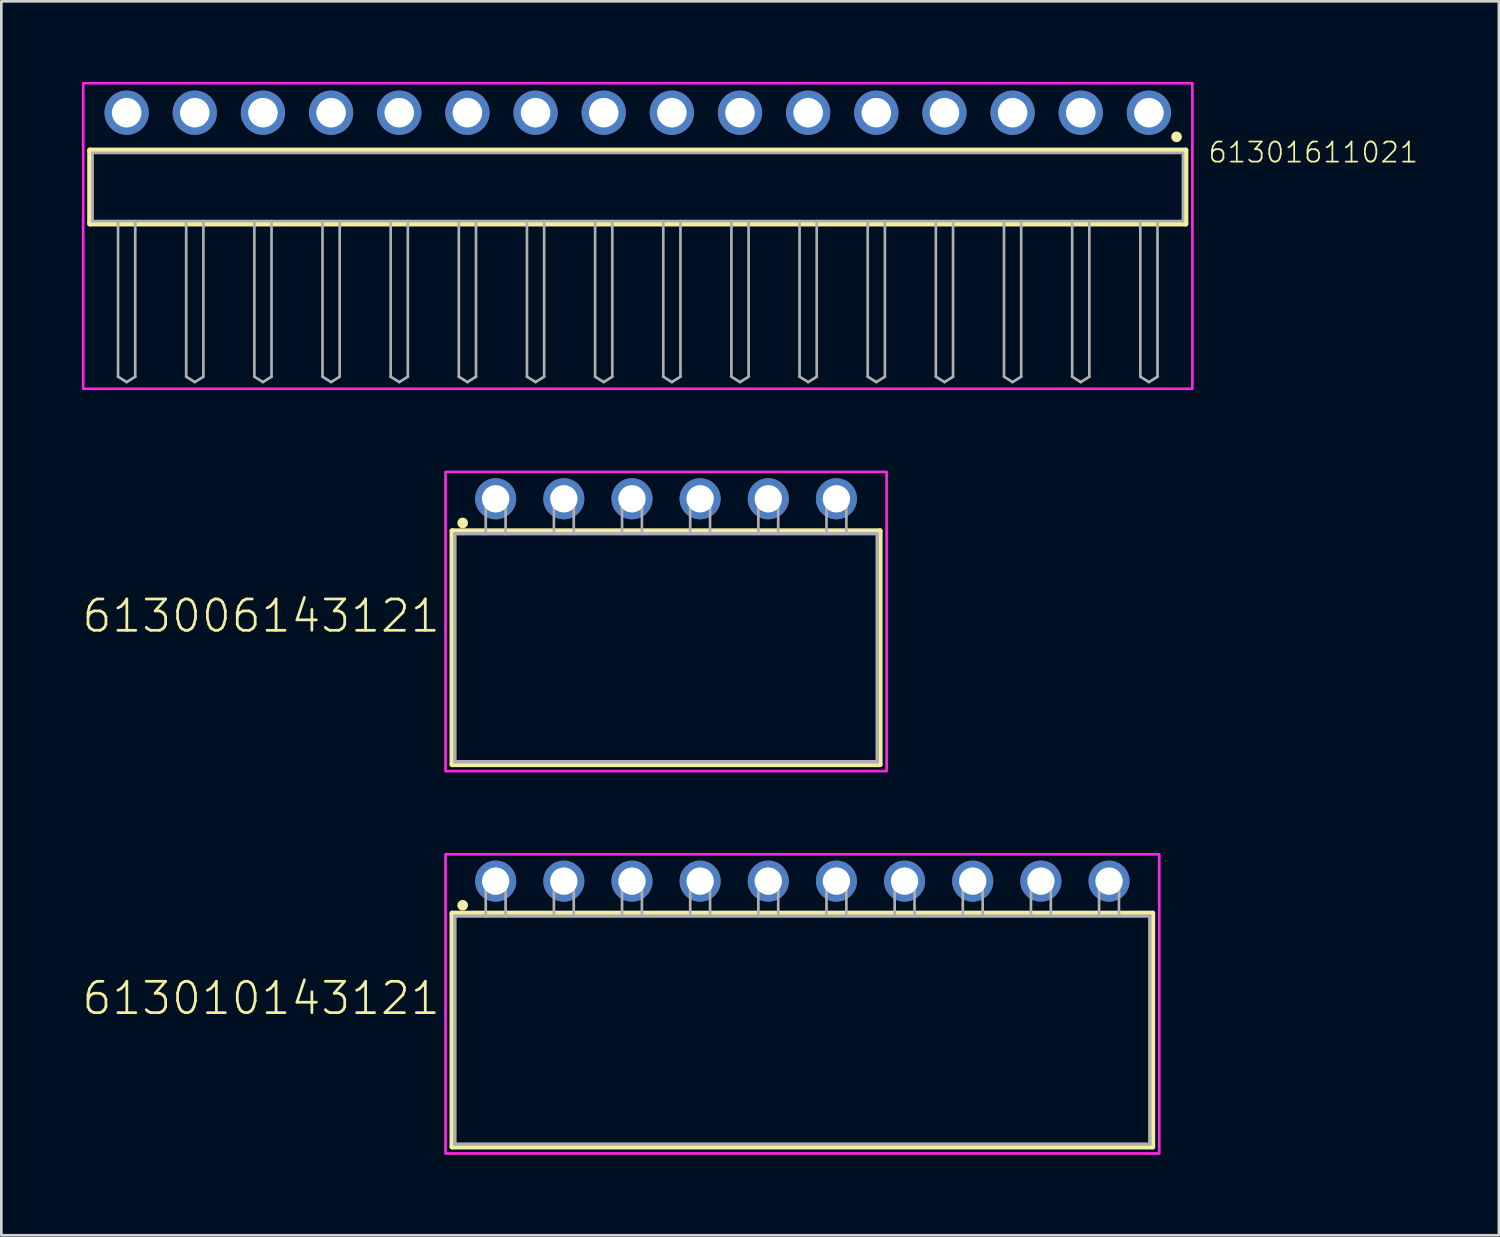
<source format=kicad_pcb>
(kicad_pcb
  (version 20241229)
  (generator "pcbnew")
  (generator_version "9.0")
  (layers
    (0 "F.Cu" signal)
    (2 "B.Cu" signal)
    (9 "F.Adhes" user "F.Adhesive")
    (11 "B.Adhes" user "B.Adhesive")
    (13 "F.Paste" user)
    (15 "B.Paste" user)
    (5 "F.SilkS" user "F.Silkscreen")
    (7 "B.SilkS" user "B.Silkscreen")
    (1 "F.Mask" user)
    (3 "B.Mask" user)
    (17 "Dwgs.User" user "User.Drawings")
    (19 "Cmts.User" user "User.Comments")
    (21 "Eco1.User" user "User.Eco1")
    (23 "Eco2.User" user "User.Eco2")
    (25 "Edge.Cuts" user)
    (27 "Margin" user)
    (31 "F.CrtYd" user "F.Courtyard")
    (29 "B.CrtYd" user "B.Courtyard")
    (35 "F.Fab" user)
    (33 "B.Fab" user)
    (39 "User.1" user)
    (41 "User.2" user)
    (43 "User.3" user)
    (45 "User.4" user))
  (footprint "613010143121"
    (layer "F.Cu")
    (at 26.854 35.34)
    (property "Reference" "613010143121" (at -13.43 -0.5 0) (unlocked yes) (layer "F.SilkS") (effects (font (size 1.168 1.168) (thickness 0.102)) (justify right bottom)))
    (fp_line (start -13.05 -4.35) (end 13.05 -4.35) (stroke (width 0.2) (type solid)) (layer "F.SilkS"))
    (fp_line (start -13.05 4.35) (end -13.05 -4.35) (stroke (width 0.2) (type solid)) (layer "F.SilkS"))
    (fp_line (start 13.05 -4.35) (end 13.05 4.35) (stroke (width 0.2) (type solid)) (layer "F.SilkS"))
    (fp_line (start 13.05 4.35) (end -13.05 4.35) (stroke (width 0.2) (type solid)) (layer "F.SilkS"))
    (fp_circle (center -12.66 -4.65) (end -12.56 -4.65) (stroke (width 0.2) (type solid)) (fill no) (layer "F.SilkS"))
    (fp_poly (pts (xy 13.3 4.6) (xy -13.3 4.6) (xy -13.3 -6.55) (xy 13.3 -6.55)) (stroke (width 0.1) (type default)) (fill no) (layer "F.CrtYd"))
    (fp_line (start -12.95 4.25) (end -12.95 -4.25) (stroke (width 0.127) (type solid)) (layer "F.Fab"))
    (fp_line (start -11.8 -5.35) (end -11.8 -4.25) (stroke (width 0.1) (type solid)) (layer "F.Fab"))
    (fp_line (start -11.8 -5.35) (end -11.06 -5.35) (stroke (width 0.1) (type solid)) (layer "F.Fab"))
    (fp_line (start -11.8 -4.25) (end -12.95 -4.25) (stroke (width 0.127) (type solid)) (layer "F.Fab"))
    (fp_line (start -11.06 -5.35) (end -11.06 -4.25) (stroke (width 0.1) (type solid)) (layer "F.Fab"))
    (fp_line (start -11.06 -4.25) (end -11.8 -4.25) (stroke (width 0.127) (type solid)) (layer "F.Fab"))
    (fp_line (start -9.26 -5.35) (end -9.26 -4.25) (stroke (width 0.1) (type solid)) (layer "F.Fab"))
    (fp_line (start -9.26 -5.35) (end -8.52 -5.35) (stroke (width 0.1) (type solid)) (layer "F.Fab"))
    (fp_line (start -8.52 -5.35) (end -8.52 -4.25) (stroke (width 0.1) (type solid)) (layer "F.Fab"))
    (fp_line (start -6.72 -5.35) (end -6.72 -4.25) (stroke (width 0.1) (type solid)) (layer "F.Fab"))
    (fp_line (start -6.72 -5.35) (end -5.98 -5.35) (stroke (width 0.1) (type solid)) (layer "F.Fab"))
    (fp_line (start -5.98 -5.35) (end -5.98 -4.25) (stroke (width 0.1) (type solid)) (layer "F.Fab"))
    (fp_line (start -4.18 -5.35) (end -4.18 -4.25) (stroke (width 0.1) (type solid)) (layer "F.Fab"))
    (fp_line (start -4.18 -5.35) (end -3.44 -5.35) (stroke (width 0.1) (type solid)) (layer "F.Fab"))
    (fp_line (start -3.44 -5.35) (end -3.44 -4.25) (stroke (width 0.1) (type solid)) (layer "F.Fab"))
    (fp_line (start -1.64 -5.35) (end -1.64 -4.25) (stroke (width 0.1) (type solid)) (layer "F.Fab"))
    (fp_line (start -1.64 -5.35) (end -0.9 -5.35) (stroke (width 0.1) (type solid)) (layer "F.Fab"))
    (fp_line (start -0.9 -5.35) (end -0.9 -4.25) (stroke (width 0.1) (type solid)) (layer "F.Fab"))
    (fp_line (start 0.9 -5.35) (end 0.9 -4.25) (stroke (width 0.1) (type solid)) (layer "F.Fab"))
    (fp_line (start 0.9 -5.35) (end 1.64 -5.35) (stroke (width 0.1) (type solid)) (layer "F.Fab"))
    (fp_line (start 1.64 -5.35) (end 1.64 -4.25) (stroke (width 0.1) (type solid)) (layer "F.Fab"))
    (fp_line (start 3.44 -5.35) (end 3.44 -4.25) (stroke (width 0.1) (type solid)) (layer "F.Fab"))
    (fp_line (start 3.44 -5.35) (end 4.18 -5.35) (stroke (width 0.1) (type solid)) (layer "F.Fab"))
    (fp_line (start 4.18 -5.35) (end 4.18 -4.25) (stroke (width 0.1) (type solid)) (layer "F.Fab"))
    (fp_line (start 5.98 -5.35) (end 5.98 -4.25) (stroke (width 0.1) (type solid)) (layer "F.Fab"))
    (fp_line (start 5.98 -5.35) (end 6.72 -5.35) (stroke (width 0.1) (type solid)) (layer "F.Fab"))
    (fp_line (start 6.72 -5.35) (end 6.72 -4.25) (stroke (width 0.1) (type solid)) (layer "F.Fab"))
    (fp_line (start 8.52 -5.35) (end 8.52 -4.25) (stroke (width 0.1) (type solid)) (layer "F.Fab"))
    (fp_line (start 8.52 -5.35) (end 9.26 -5.35) (stroke (width 0.1) (type solid)) (layer "F.Fab"))
    (fp_line (start 9.26 -5.35) (end 9.26 -4.25) (stroke (width 0.1) (type solid)) (layer "F.Fab"))
    (fp_line (start 11.06 -5.35) (end 11.06 -4.25) (stroke (width 0.1) (type solid)) (layer "F.Fab"))
    (fp_line (start 11.06 -5.35) (end 11.8 -5.35) (stroke (width 0.1) (type solid)) (layer "F.Fab"))
    (fp_line (start 11.8 -5.35) (end 11.8 -4.25) (stroke (width 0.1) (type solid)) (layer "F.Fab"))
    (fp_line (start 12.95 -4.25) (end -11.06 -4.25) (stroke (width 0.127) (type solid)) (layer "F.Fab"))
    (fp_line (start 12.95 4.25) (end -12.95 4.25) (stroke (width 0.127) (type solid)) (layer "F.Fab"))
    (fp_line (start 12.95 4.25) (end 12.95 -4.25) (stroke (width 0.127) (type solid)) (layer "F.Fab"))
    (pad "1" thru_hole circle (at -11.43 -5.55 180) (size 1.53 1.53) (drill 1.02) (layers "*.Cu" "*.Mask"))
    (pad "2" thru_hole circle (at -8.89 -5.55 180) (size 1.53 1.53) (drill 1.02) (layers "*.Cu" "*.Mask"))
    (pad "3" thru_hole circle (at -6.35 -5.55 180) (size 1.53 1.53) (drill 1.02) (layers "*.Cu" "*.Mask"))
    (pad "4" thru_hole circle (at -3.81 -5.55 180) (size 1.53 1.53) (drill 1.02) (layers "*.Cu" "*.Mask"))
    (pad "5" thru_hole circle (at -1.27 -5.55 180) (size 1.53 1.53) (drill 1.02) (layers "*.Cu" "*.Mask"))
    (pad "6" thru_hole circle (at 1.27 -5.55 180) (size 1.53 1.53) (drill 1.02) (layers "*.Cu" "*.Mask"))
    (pad "7" thru_hole circle (at 3.81 -5.55 180) (size 1.53 1.53) (drill 1.02) (layers "*.Cu" "*.Mask"))
    (pad "8" thru_hole circle (at 6.35 -5.55 180) (size 1.53 1.53) (drill 1.02) (layers "*.Cu" "*.Mask"))
    (pad "9" thru_hole circle (at 8.89 -5.55 180) (size 1.53 1.53) (drill 1.02) (layers "*.Cu" "*.Mask"))
    (pad "10" thru_hole circle (at 11.43 -5.55 180) (size 1.53 1.53) (drill 1.02) (layers "*.Cu" "*.Mask")))
  (footprint "61301611021"
    (layer "F.Cu")
    (at 20.72 3.92)
    (property "Reference" "61301611021" (at 21.215 -0.852 0) (unlocked yes) (layer "F.SilkS") (effects (font (size 0.748 0.748) (thickness 0.065)) (justify left bottom)))
    (fp_line (start -20.42 -1.37) (end 20.42 -1.37) (stroke (width 0.2) (type solid)) (layer "F.SilkS"))
    (fp_line (start -20.42 1.37) (end -20.42 -1.37) (stroke (width 0.2) (type solid)) (layer "F.SilkS"))
    (fp_line (start 20.42 -1.37) (end 20.42 1.37) (stroke (width 0.2) (type solid)) (layer "F.SilkS"))
    (fp_line (start 20.42 1.37) (end -20.42 1.37) (stroke (width 0.2) (type solid)) (layer "F.SilkS"))
    (fp_circle (center 20.08 -1.87) (end 20.18 -1.87) (stroke (width 0.2) (type solid)) (fill no) (layer "F.SilkS"))
    (fp_poly (pts (xy 20.67 7.52) (xy -20.67 7.52) (xy -20.67 -3.87) (xy 20.67 -3.87)) (stroke (width 0.1) (type default)) (fill no) (layer "F.CrtYd"))
    (fp_line (start -20.32 -1.27) (end 20.32 -1.27) (stroke (width 0.1) (type solid)) (layer "F.Fab"))
    (fp_line (start -20.32 1.27) (end -20.32 -1.27) (stroke (width 0.1) (type solid)) (layer "F.Fab"))
    (fp_line (start -19.37 1.27) (end -19.37 7.07) (stroke (width 0.1) (type solid)) (layer "F.Fab"))
    (fp_line (start -19.37 7.07) (end -19.05 7.27) (stroke (width 0.1) (type solid)) (layer "F.Fab"))
    (fp_line (start -19.05 7.27) (end -18.73 7.07) (stroke (width 0.1) (type solid)) (layer "F.Fab"))
    (fp_line (start -18.73 1.27) (end -18.73 7.07) (stroke (width 0.1) (type solid)) (layer "F.Fab"))
    (fp_line (start -16.83 1.27) (end -16.83 7.07) (stroke (width 0.1) (type solid)) (layer "F.Fab"))
    (fp_line (start -16.83 7.07) (end -16.51 7.27) (stroke (width 0.1) (type solid)) (layer "F.Fab"))
    (fp_line (start -16.51 7.27) (end -16.19 7.07) (stroke (width 0.1) (type solid)) (layer "F.Fab"))
    (fp_line (start -16.19 1.27) (end -16.19 7.07) (stroke (width 0.1) (type solid)) (layer "F.Fab"))
    (fp_line (start -14.29 1.27) (end -14.29 7.07) (stroke (width 0.1) (type solid)) (layer "F.Fab"))
    (fp_line (start -14.29 7.07) (end -13.97 7.27) (stroke (width 0.1) (type solid)) (layer "F.Fab"))
    (fp_line (start -13.97 7.27) (end -13.65 7.07) (stroke (width 0.1) (type solid)) (layer "F.Fab"))
    (fp_line (start -13.65 1.27) (end -13.65 7.07) (stroke (width 0.1) (type solid)) (layer "F.Fab"))
    (fp_line (start -11.75 1.27) (end -11.75 7.07) (stroke (width 0.1) (type solid)) (layer "F.Fab"))
    (fp_line (start -11.75 7.07) (end -11.43 7.27) (stroke (width 0.1) (type solid)) (layer "F.Fab"))
    (fp_line (start -11.43 7.27) (end -11.11 7.07) (stroke (width 0.1) (type solid)) (layer "F.Fab"))
    (fp_line (start -11.11 1.27) (end -11.11 7.07) (stroke (width 0.1) (type solid)) (layer "F.Fab"))
    (fp_line (start -9.21 1.27) (end -9.21 7.07) (stroke (width 0.1) (type solid)) (layer "F.Fab"))
    (fp_line (start -9.21 7.07) (end -8.89 7.27) (stroke (width 0.1) (type solid)) (layer "F.Fab"))
    (fp_line (start -8.89 7.27) (end -8.57 7.07) (stroke (width 0.1) (type solid)) (layer "F.Fab"))
    (fp_line (start -8.57 1.27) (end -8.57 7.07) (stroke (width 0.1) (type solid)) (layer "F.Fab"))
    (fp_line (start -6.67 1.27) (end -6.67 7.07) (stroke (width 0.1) (type solid)) (layer "F.Fab"))
    (fp_line (start -6.67 7.07) (end -6.35 7.27) (stroke (width 0.1) (type solid)) (layer "F.Fab"))
    (fp_line (start -6.35 7.27) (end -6.03 7.07) (stroke (width 0.1) (type solid)) (layer "F.Fab"))
    (fp_line (start -6.03 1.27) (end -6.03 7.07) (stroke (width 0.1) (type solid)) (layer "F.Fab"))
    (fp_line (start -4.13 1.27) (end -4.13 7.07) (stroke (width 0.1) (type solid)) (layer "F.Fab"))
    (fp_line (start -4.13 7.07) (end -3.81 7.27) (stroke (width 0.1) (type solid)) (layer "F.Fab"))
    (fp_line (start -3.81 7.27) (end -3.49 7.07) (stroke (width 0.1) (type solid)) (layer "F.Fab"))
    (fp_line (start -3.49 1.27) (end -3.49 7.07) (stroke (width 0.1) (type solid)) (layer "F.Fab"))
    (fp_line (start -1.59 1.27) (end -1.59 7.07) (stroke (width 0.1) (type solid)) (layer "F.Fab"))
    (fp_line (start -1.59 7.07) (end -1.27 7.27) (stroke (width 0.1) (type solid)) (layer "F.Fab"))
    (fp_line (start -1.27 7.27) (end -0.95 7.07) (stroke (width 0.1) (type solid)) (layer "F.Fab"))
    (fp_line (start -0.95 1.27) (end -0.95 7.07) (stroke (width 0.1) (type solid)) (layer "F.Fab"))
    (fp_line (start 0.95 1.27) (end 0.95 7.07) (stroke (width 0.1) (type solid)) (layer "F.Fab"))
    (fp_line (start 0.95 7.07) (end 1.27 7.27) (stroke (width 0.1) (type solid)) (layer "F.Fab"))
    (fp_line (start 1.27 7.27) (end 1.59 7.07) (stroke (width 0.1) (type solid)) (layer "F.Fab"))
    (fp_line (start 1.59 1.27) (end 1.59 7.07) (stroke (width 0.1) (type solid)) (layer "F.Fab"))
    (fp_line (start 3.49 1.27) (end 3.49 7.07) (stroke (width 0.1) (type solid)) (layer "F.Fab"))
    (fp_line (start 3.49 7.07) (end 3.81 7.27) (stroke (width 0.1) (type solid)) (layer "F.Fab"))
    (fp_line (start 3.81 7.27) (end 4.13 7.07) (stroke (width 0.1) (type solid)) (layer "F.Fab"))
    (fp_line (start 4.13 1.27) (end 4.13 7.07) (stroke (width 0.1) (type solid)) (layer "F.Fab"))
    (fp_line (start 6.03 1.27) (end 6.03 7.07) (stroke (width 0.1) (type solid)) (layer "F.Fab"))
    (fp_line (start 6.03 7.07) (end 6.35 7.27) (stroke (width 0.1) (type solid)) (layer "F.Fab"))
    (fp_line (start 6.35 7.27) (end 6.67 7.07) (stroke (width 0.1) (type solid)) (layer "F.Fab"))
    (fp_line (start 6.67 1.27) (end 6.67 7.07) (stroke (width 0.1) (type solid)) (layer "F.Fab"))
    (fp_line (start 8.57 1.27) (end 8.57 7.07) (stroke (width 0.1) (type solid)) (layer "F.Fab"))
    (fp_line (start 8.57 7.07) (end 8.89 7.27) (stroke (width 0.1) (type solid)) (layer "F.Fab"))
    (fp_line (start 8.89 7.27) (end 9.21 7.07) (stroke (width 0.1) (type solid)) (layer "F.Fab"))
    (fp_line (start 9.21 1.27) (end 9.21 7.07) (stroke (width 0.1) (type solid)) (layer "F.Fab"))
    (fp_line (start 11.11 1.27) (end 11.11 7.07) (stroke (width 0.1) (type solid)) (layer "F.Fab"))
    (fp_line (start 11.11 7.07) (end 11.43 7.27) (stroke (width 0.1) (type solid)) (layer "F.Fab"))
    (fp_line (start 11.43 7.27) (end 11.75 7.07) (stroke (width 0.1) (type solid)) (layer "F.Fab"))
    (fp_line (start 11.75 1.27) (end 11.75 7.07) (stroke (width 0.1) (type solid)) (layer "F.Fab"))
    (fp_line (start 13.65 1.27) (end 13.65 7.07) (stroke (width 0.1) (type solid)) (layer "F.Fab"))
    (fp_line (start 13.65 7.07) (end 13.97 7.27) (stroke (width 0.1) (type solid)) (layer "F.Fab"))
    (fp_line (start 13.97 7.27) (end 14.29 7.07) (stroke (width 0.1) (type solid)) (layer "F.Fab"))
    (fp_line (start 14.29 1.27) (end 14.29 7.07) (stroke (width 0.1) (type solid)) (layer "F.Fab"))
    (fp_line (start 16.19 1.27) (end -20.32 1.27) (stroke (width 0.1) (type solid)) (layer "F.Fab"))
    (fp_line (start 16.19 1.27) (end 16.19 7.07) (stroke (width 0.1) (type solid)) (layer "F.Fab"))
    (fp_line (start 16.19 7.07) (end 16.51 7.27) (stroke (width 0.1) (type solid)) (layer "F.Fab"))
    (fp_line (start 16.51 7.27) (end 16.83 7.07) (stroke (width 0.1) (type solid)) (layer "F.Fab"))
    (fp_line (start 16.83 1.27) (end 16.19 1.27) (stroke (width 0.1) (type solid)) (layer "F.Fab"))
    (fp_line (start 16.83 1.27) (end 16.83 7.07) (stroke (width 0.1) (type solid)) (layer "F.Fab"))
    (fp_line (start 18.73 1.27) (end 18.73 7.07) (stroke (width 0.1) (type solid)) (layer "F.Fab"))
    (fp_line (start 18.73 7.07) (end 19.05 7.27) (stroke (width 0.1) (type solid)) (layer "F.Fab"))
    (fp_line (start 19.05 7.27) (end 19.37 7.07) (stroke (width 0.1) (type solid)) (layer "F.Fab"))
    (fp_line (start 19.37 1.27) (end 19.37 7.07) (stroke (width 0.1) (type solid)) (layer "F.Fab"))
    (fp_line (start 20.32 -1.27) (end 20.32 1.27) (stroke (width 0.1) (type solid)) (layer "F.Fab"))
    (fp_line (start 20.32 1.27) (end 16.83 1.27) (stroke (width 0.1) (type solid)) (layer "F.Fab"))
    (pad "1" thru_hole circle (at 19.05 -2.77 180) (size 1.65 1.65) (drill 1.1) (layers "*.Cu" "*.Mask"))
    (pad "2" thru_hole circle (at 16.51 -2.77 180) (size 1.65 1.65) (drill 1.1) (layers "*.Cu" "*.Mask"))
    (pad "3" thru_hole circle (at 13.97 -2.77 180) (size 1.65 1.65) (drill 1.1) (layers "*.Cu" "*.Mask"))
    (pad "4" thru_hole circle (at 11.43 -2.77 180) (size 1.65 1.65) (drill 1.1) (layers "*.Cu" "*.Mask"))
    (pad "5" thru_hole circle (at 8.89 -2.77 180) (size 1.65 1.65) (drill 1.1) (layers "*.Cu" "*.Mask"))
    (pad "6" thru_hole circle (at 6.35 -2.77 180) (size 1.65 1.65) (drill 1.1) (layers "*.Cu" "*.Mask"))
    (pad "7" thru_hole circle (at 3.81 -2.77 180) (size 1.65 1.65) (drill 1.1) (layers "*.Cu" "*.Mask"))
    (pad "8" thru_hole circle (at 1.27 -2.77 180) (size 1.65 1.65) (drill 1.1) (layers "*.Cu" "*.Mask"))
    (pad "9" thru_hole circle (at -1.27 -2.77 180) (size 1.65 1.65) (drill 1.1) (layers "*.Cu" "*.Mask"))
    (pad "10" thru_hole circle (at -3.81 -2.77 180) (size 1.65 1.65) (drill 1.1) (layers "*.Cu" "*.Mask"))
    (pad "11" thru_hole circle (at -6.35 -2.77 180) (size 1.65 1.65) (drill 1.1) (layers "*.Cu" "*.Mask"))
    (pad "12" thru_hole circle (at -8.89 -2.77 180) (size 1.65 1.65) (drill 1.1) (layers "*.Cu" "*.Mask"))
    (pad "13" thru_hole circle (at -11.43 -2.77 180) (size 1.65 1.65) (drill 1.1) (layers "*.Cu" "*.Mask"))
    (pad "14" thru_hole circle (at -13.97 -2.77 180) (size 1.65 1.65) (drill 1.1) (layers "*.Cu" "*.Mask"))
    (pad "15" thru_hole circle (at -16.51 -2.77 180) (size 1.65 1.65) (drill 1.1) (layers "*.Cu" "*.Mask"))
    (pad "16" thru_hole circle (at -19.05 -2.77 180) (size 1.65 1.65) (drill 1.1) (layers "*.Cu" "*.Mask")))
  (footprint "613006143121"
    (layer "F.Cu")
    (at 21.774 21.09)
    (property "Reference" "613006143121" (at -8.35 -0.5 0) (unlocked yes) (layer "F.SilkS") (effects (font (size 1.168 1.168) (thickness 0.102)) (justify right bottom)))
    (fp_line (start -7.97 -4.35) (end 7.97 -4.35) (stroke (width 0.2) (type solid)) (layer "F.SilkS"))
    (fp_line (start -7.97 4.35) (end -7.97 -4.35) (stroke (width 0.2) (type solid)) (layer "F.SilkS"))
    (fp_line (start 7.97 -4.35) (end 7.97 4.35) (stroke (width 0.2) (type solid)) (layer "F.SilkS"))
    (fp_line (start 7.97 4.35) (end -7.97 4.35) (stroke (width 0.2) (type solid)) (layer "F.SilkS"))
    (fp_circle (center -7.58 -4.65) (end -7.48 -4.65) (stroke (width 0.2) (type solid)) (fill no) (layer "F.SilkS"))
    (fp_poly (pts (xy 8.22 4.6) (xy -8.22 4.6) (xy -8.22 -6.55) (xy 8.22 -6.55)) (stroke (width 0.1) (type default)) (fill no) (layer "F.CrtYd"))
    (fp_line (start -7.87 4.25) (end -7.87 -4.25) (stroke (width 0.127) (type solid)) (layer "F.Fab"))
    (fp_line (start -6.72 -5.35) (end -6.72 -4.25) (stroke (width 0.1) (type solid)) (layer "F.Fab"))
    (fp_line (start -6.72 -5.35) (end -5.98 -5.35) (stroke (width 0.1) (type solid)) (layer "F.Fab"))
    (fp_line (start -6.72 -4.25) (end -7.87 -4.25) (stroke (width 0.127) (type solid)) (layer "F.Fab"))
    (fp_line (start -5.98 -5.35) (end -5.98 -4.25) (stroke (width 0.1) (type solid)) (layer "F.Fab"))
    (fp_line (start -5.98 -4.25) (end -6.72 -4.25) (stroke (width 0.127) (type solid)) (layer "F.Fab"))
    (fp_line (start -4.18 -5.35) (end -4.18 -4.25) (stroke (width 0.1) (type solid)) (layer "F.Fab"))
    (fp_line (start -4.18 -5.35) (end -3.44 -5.35) (stroke (width 0.1) (type solid)) (layer "F.Fab"))
    (fp_line (start -3.44 -5.35) (end -3.44 -4.25) (stroke (width 0.1) (type solid)) (layer "F.Fab"))
    (fp_line (start -1.64 -5.35) (end -1.64 -4.25) (stroke (width 0.1) (type solid)) (layer "F.Fab"))
    (fp_line (start -1.64 -5.35) (end -0.9 -5.35) (stroke (width 0.1) (type solid)) (layer "F.Fab"))
    (fp_line (start -0.9 -5.35) (end -0.9 -4.25) (stroke (width 0.1) (type solid)) (layer "F.Fab"))
    (fp_line (start 0.9 -5.35) (end 0.9 -4.25) (stroke (width 0.1) (type solid)) (layer "F.Fab"))
    (fp_line (start 0.9 -5.35) (end 1.64 -5.35) (stroke (width 0.1) (type solid)) (layer "F.Fab"))
    (fp_line (start 1.64 -5.35) (end 1.64 -4.25) (stroke (width 0.1) (type solid)) (layer "F.Fab"))
    (fp_line (start 3.44 -5.35) (end 3.44 -4.25) (stroke (width 0.1) (type solid)) (layer "F.Fab"))
    (fp_line (start 3.44 -5.35) (end 4.18 -5.35) (stroke (width 0.1) (type solid)) (layer "F.Fab"))
    (fp_line (start 4.18 -5.35) (end 4.18 -4.25) (stroke (width 0.1) (type solid)) (layer "F.Fab"))
    (fp_line (start 5.98 -5.35) (end 5.98 -4.25) (stroke (width 0.1) (type solid)) (layer "F.Fab"))
    (fp_line (start 5.98 -5.35) (end 6.72 -5.35) (stroke (width 0.1) (type solid)) (layer "F.Fab"))
    (fp_line (start 6.72 -5.35) (end 6.72 -4.25) (stroke (width 0.1) (type solid)) (layer "F.Fab"))
    (fp_line (start 7.87 -4.25) (end -5.98 -4.25) (stroke (width 0.127) (type solid)) (layer "F.Fab"))
    (fp_line (start 7.87 4.25) (end -7.87 4.25) (stroke (width 0.127) (type solid)) (layer "F.Fab"))
    (fp_line (start 7.87 4.25) (end 7.87 -4.25) (stroke (width 0.127) (type solid)) (layer "F.Fab"))
    (pad "1" thru_hole circle (at -6.35 -5.55 180) (size 1.53 1.53) (drill 1.02) (layers "*.Cu" "*.Mask"))
    (pad "2" thru_hole circle (at -3.81 -5.55 180) (size 1.53 1.53) (drill 1.02) (layers "*.Cu" "*.Mask"))
    (pad "3" thru_hole circle (at -1.27 -5.55 180) (size 1.53 1.53) (drill 1.02) (layers "*.Cu" "*.Mask"))
    (pad "4" thru_hole circle (at 1.27 -5.55 180) (size 1.53 1.53) (drill 1.02) (layers "*.Cu" "*.Mask"))
    (pad "5" thru_hole circle (at 3.81 -5.55 180) (size 1.53 1.53) (drill 1.02) (layers "*.Cu" "*.Mask"))
    (pad "6" thru_hole circle (at 6.35 -5.55 180) (size 1.53 1.53) (drill 1.02) (layers "*.Cu" "*.Mask")))
  (gr_rect
    (start -3 -3)
    (end 52.814 42.99)
    (stroke (width 0.1) (type default))
    (fill no)
    (layer "Edge.Cuts")))
</source>
